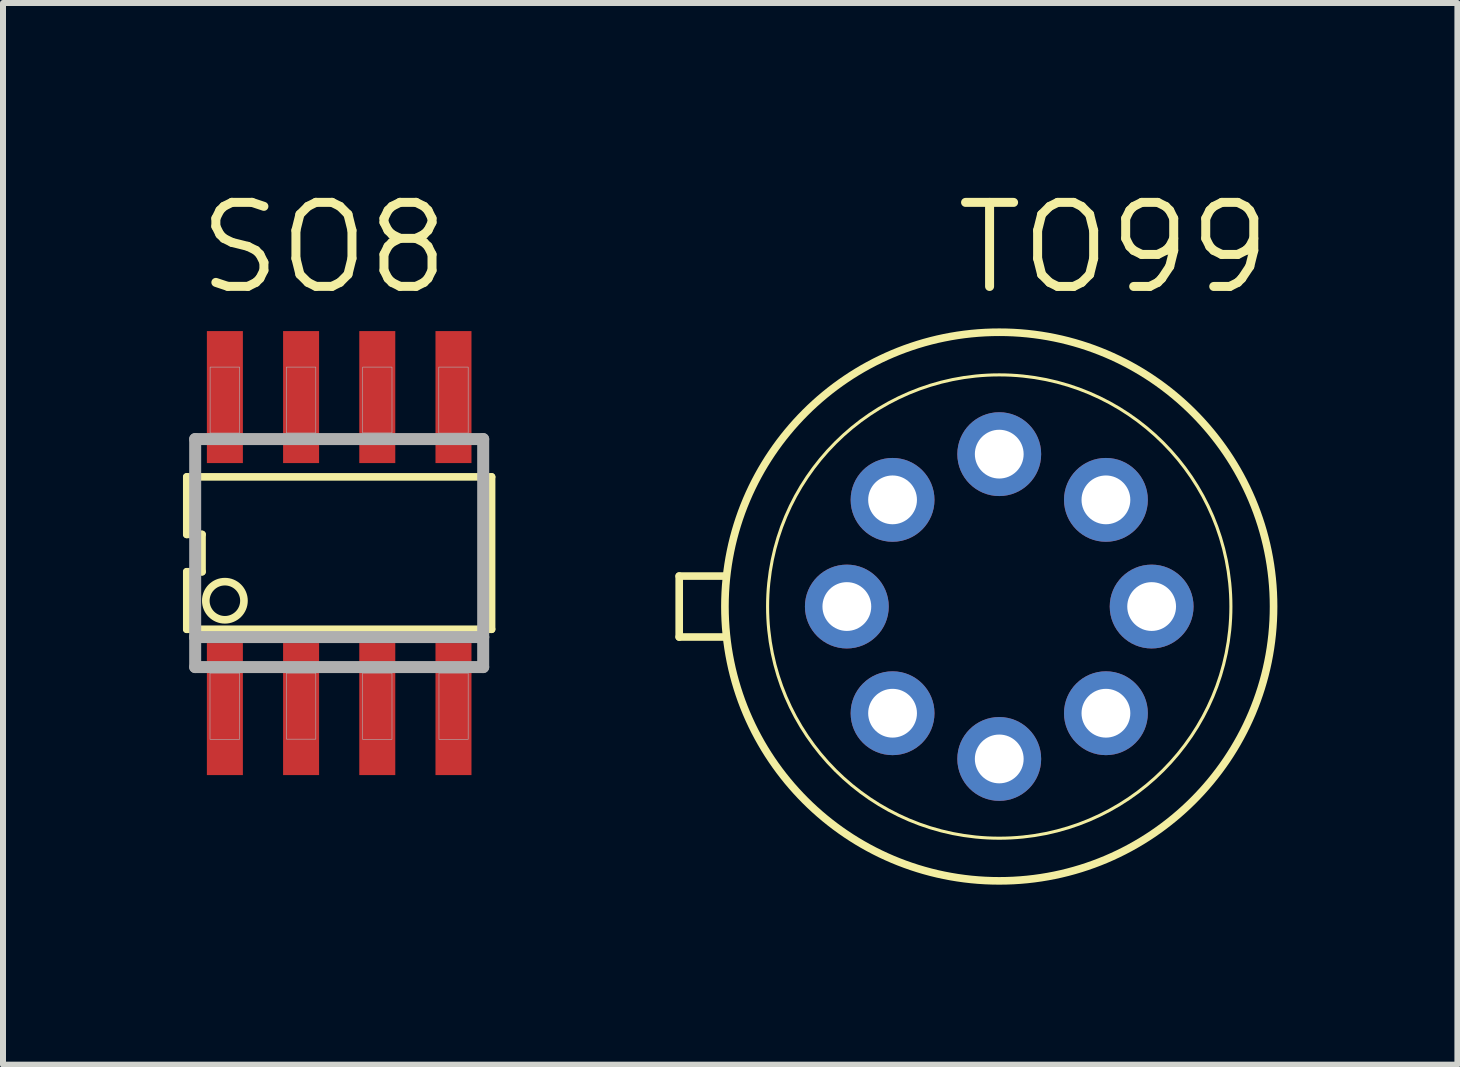
<source format=kicad_pcb>
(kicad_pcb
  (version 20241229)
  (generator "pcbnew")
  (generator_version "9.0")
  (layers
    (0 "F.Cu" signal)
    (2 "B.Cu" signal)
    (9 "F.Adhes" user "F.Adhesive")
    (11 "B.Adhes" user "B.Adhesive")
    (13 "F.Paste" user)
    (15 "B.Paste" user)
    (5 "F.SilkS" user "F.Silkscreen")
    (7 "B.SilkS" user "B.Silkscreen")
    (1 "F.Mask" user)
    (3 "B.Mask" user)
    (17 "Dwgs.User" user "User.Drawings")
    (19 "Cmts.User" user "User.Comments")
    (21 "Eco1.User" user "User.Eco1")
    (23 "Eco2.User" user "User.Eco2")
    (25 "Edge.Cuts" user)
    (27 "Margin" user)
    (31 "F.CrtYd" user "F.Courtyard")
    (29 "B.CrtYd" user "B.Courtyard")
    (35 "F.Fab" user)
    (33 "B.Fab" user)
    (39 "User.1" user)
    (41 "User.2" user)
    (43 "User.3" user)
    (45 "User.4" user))
  (footprint "SO8"
    (layer "F.Cu")
    (at 2.603 6.168)
    (property "Reference" "SO8" (at -0.254 -5.085 0) (layer "F.SilkS") (effects (font (size 1.401 1.401) (thickness 0.15))))
    (attr smd)
    (fp_line (start -2.54 -1.27) (end 2.54 -1.27) (stroke (width 0.127) (type solid)) (layer "F.SilkS"))
    (fp_line (start -2.54 -0.311) (end -2.54 -1.27) (stroke (width 0.127) (type solid)) (layer "F.SilkS"))
    (fp_line (start -2.54 0.311) (end -2.286 0.311) (stroke (width 0.127) (type solid)) (layer "F.SilkS"))
    (fp_line (start -2.54 1.27) (end -2.54 0.311) (stroke (width 0.127) (type solid)) (layer "F.SilkS"))
    (fp_line (start -2.286 -0.311) (end -2.54 -0.311) (stroke (width 0.127) (type solid)) (layer "F.SilkS"))
    (fp_line (start -2.286 0.311) (end -2.286 -0.311) (stroke (width 0.127) (type solid)) (layer "F.SilkS"))
    (fp_line (start 2.54 -1.27) (end 2.54 1.27) (stroke (width 0.127) (type solid)) (layer "F.SilkS"))
    (fp_line (start 2.54 1.27) (end -2.54 1.27) (stroke (width 0.127) (type solid)) (layer "F.SilkS"))
    (fp_circle (center -1.905 0.794) (end -1.587 0.794) (stroke (width 0.127) (type solid)) (fill no) (layer "F.SilkS"))
    (fp_line (start -2.4 -1.9) (end 2.4 -1.9) (stroke (width 0.2) (type solid)) (layer "F.Fab"))
    (fp_line (start -2.4 1.4) (end -2.4 -1.9) (stroke (width 0.2) (type solid)) (layer "F.Fab"))
    (fp_line (start -2.4 1.9) (end -2.4 1.4) (stroke (width 0.2) (type solid)) (layer "F.Fab"))
    (fp_line (start 2.4 -1.9) (end 2.4 1.4) (stroke (width 0.2) (type solid)) (layer "F.Fab"))
    (fp_line (start 2.4 1.4) (end -2.4 1.4) (stroke (width 0.2) (type solid)) (layer "F.Fab"))
    (fp_line (start 2.4 1.4) (end 2.4 1.9) (stroke (width 0.2) (type solid)) (layer "F.Fab"))
    (fp_line (start 2.4 1.9) (end -2.4 1.9) (stroke (width 0.2) (type solid)) (layer "F.Fab"))
    (fp_poly (pts (xy -2.153 2) (xy -1.66 2) (xy -1.66 3.104) (xy -2.153 3.104)) (stroke (width 0.01) (type solid)) (fill no) (layer "F.Fab"))
    (fp_poly (pts (xy -2.151 -3.1) (xy -1.66 -3.1) (xy -1.66 -2.001) (xy -2.151 -2.001)) (stroke (width 0.01) (type solid)) (fill no) (layer "F.Fab"))
    (fp_poly (pts (xy -0.881 -3.1) (xy -0.39 -3.1) (xy -0.39 -2.002) (xy -0.881 -2.002)) (stroke (width 0.01) (type solid)) (fill no) (layer "F.Fab"))
    (fp_poly (pts (xy -0.88 2) (xy -0.39 2) (xy -0.39 3.101) (xy -0.88 3.101)) (stroke (width 0.01) (type solid)) (fill no) (layer "F.Fab"))
    (fp_poly (pts (xy 0.39 2) (xy 0.88 2) (xy 0.88 3.105) (xy 0.39 3.105)) (stroke (width 0.01) (type solid)) (fill no) (layer "F.Fab"))
    (fp_poly (pts (xy 0.391 -3.1) (xy 0.88 -3.1) (xy 0.88 -2.003) (xy 0.391 -2.003)) (stroke (width 0.01) (type solid)) (fill no) (layer "F.Fab"))
    (fp_poly (pts (xy 1.66 -3.1) (xy 2.15 -3.1) (xy 2.15 -2) (xy 1.66 -2)) (stroke (width 0.01) (type solid)) (fill no) (layer "F.Fab"))
    (fp_poly (pts (xy 1.663 2) (xy 2.15 2) (xy 2.15 3.105) (xy 1.663 3.105)) (stroke (width 0.01) (type solid)) (fill no) (layer "F.Fab"))
    (pad "1" smd rect (at -1.905 2.6) (size 0.6 2.2) (layers "F.Cu" "F.Mask" "F.Paste"))
    (pad "2" smd rect (at -0.635 2.6) (size 0.6 2.2) (layers "F.Cu" "F.Mask" "F.Paste"))
    (pad "3" smd rect (at 0.635 2.6) (size 0.6 2.2) (layers "F.Cu" "F.Mask" "F.Paste"))
    (pad "4" smd rect (at 1.905 2.6) (size 0.6 2.2) (layers "F.Cu" "F.Mask" "F.Paste"))
    (pad "5" smd rect (at 1.905 -2.6) (size 0.6 2.2) (layers "F.Cu" "F.Mask" "F.Paste"))
    (pad "6" smd rect (at 0.635 -2.6) (size 0.6 2.2) (layers "F.Cu" "F.Mask" "F.Paste"))
    (pad "7" smd rect (at -0.635 -2.6) (size 0.6 2.2) (layers "F.Cu" "F.Mask" "F.Paste"))
    (pad "8" smd rect (at -1.905 -2.6) (size 0.6 2.2) (layers "F.Cu" "F.Mask" "F.Paste")))
  (footprint "TO99"
    (layer "F.Cu")
    (at 13.604 7.059)
    (property "Reference" "TO99" (at 1.907 -5.975 0) (layer "F.SilkS") (effects (font (size 1.401 1.401) (thickness 0.15))))
    (attr through_hole)
    (fp_line (start -5.334 -0.508) (end -5.334 0.508) (stroke (width 0.127) (type solid)) (layer "F.SilkS"))
    (fp_line (start -5.334 0.508) (end -4.572 0.508) (stroke (width 0.127) (type solid)) (layer "F.SilkS"))
    (fp_line (start -4.572 -0.508) (end -5.334 -0.508) (stroke (width 0.127) (type solid)) (layer "F.SilkS"))
    (fp_circle (center 0 0) (end 3.861 0) (stroke (width 0.051) (type solid)) (fill no) (layer "F.SilkS"))
    (fp_circle (center 0 0) (end 4.572 0) (stroke (width 0.127) (type solid)) (fill no) (layer "F.SilkS"))
    (pad "1" thru_hole circle (at -1.778 1.778) (size 1.397 1.397) (drill 0.813) (layers "*.Cu" "*.Mask"))
    (pad "2" thru_hole circle (at 0 2.54) (size 1.397 1.397) (drill 0.813) (layers "*.Cu" "*.Mask"))
    (pad "3" thru_hole circle (at 1.778 1.778) (size 1.397 1.397) (drill 0.813) (layers "*.Cu" "*.Mask"))
    (pad "4" thru_hole circle (at 2.54 0) (size 1.397 1.397) (drill 0.813) (layers "*.Cu" "*.Mask"))
    (pad "5" thru_hole circle (at 1.778 -1.778) (size 1.397 1.397) (drill 0.813) (layers "*.Cu" "*.Mask"))
    (pad "6" thru_hole circle (at 0 -2.54) (size 1.397 1.397) (drill 0.813) (layers "*.Cu" "*.Mask"))
    (pad "7" thru_hole circle (at -1.778 -1.778) (size 1.397 1.397) (drill 0.813) (layers "*.Cu" "*.Mask"))
    (pad "8" thru_hole circle (at -2.54 0) (size 1.397 1.397) (drill 0.813) (layers "*.Cu" "*.Mask")))
  (gr_rect
    (start -3 -3)
    (end 21.24 14.694)
    (stroke (width 0.1) (type default))
    (fill no)
    (layer "Edge.Cuts")))
</source>
